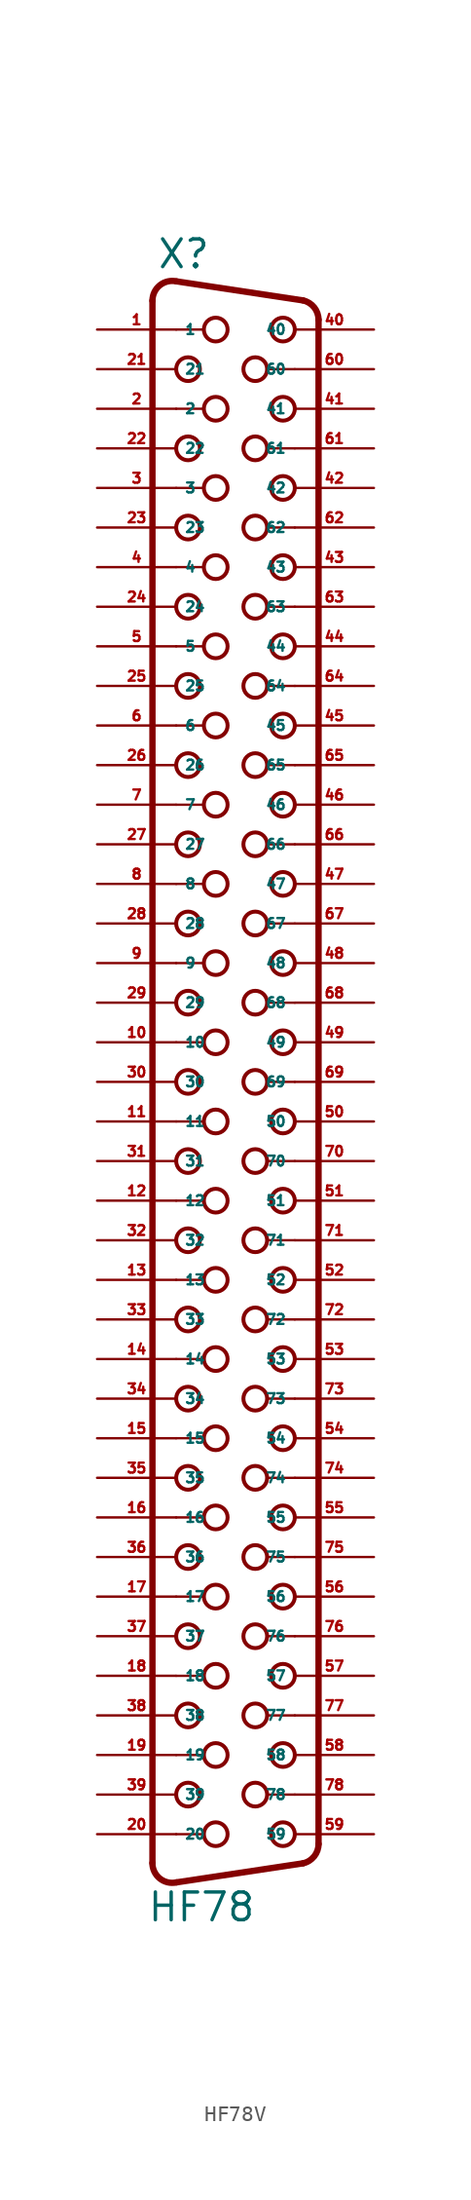
<source format=kicad_sym>
(kicad_symbol_lib
  (version 20220914)
  (generator Eagle2Kicad)
  (symbol "HF78V"
    (property "Reference" "X"
      (at -6.35 49.53 0)
      (effects (font (size 1.778 1.778) (thickness 0.22)) (justify left bottom)))
    (property "Value" "HF78"
      (at -6.985 -56.515 0)
      (effects (font (size 1.778 1.778) (thickness 0.22)) (justify left bottom)))
    (arc
      (start -5.0626 48.812)
      (mid -6.130 48.561)
      (end -6.604 47.5712)
      (stroke (width 0.4064) (type default))
      (fill (type none)))
    (polyline
      (pts (xy -5.063 48.812) (xy 3.065 47.589))
      (stroke (width 0.406) (type default))
      (fill (type none)))
    (arc
      (start 4.0642 46.3488)
      (mid 3.783 47.145)
      (end 3.0654 47.5895)
      (stroke (width 0.4064) (type default))
      (fill (type none)))
    (polyline
      (pts (xy 4.064 -51.429) (xy 4.064 46.349))
      (stroke (width 0.406) (type default))
      (fill (type none)))
    (arc
      (start 3.0654 -52.6694)
      (mid 3.783 -52.225)
      (end 4.064 -51.4288)
      (stroke (width 0.4064) (type default))
      (fill (type none)))
    (polyline
      (pts (xy -6.604 -52.651) (xy -6.604 47.571))
      (stroke (width 0.406) (type default))
      (fill (type none)))
    (polyline
      (pts (xy -5.063 -53.892) (xy 3.065 -52.669))
      (stroke (width 0.406) (type default))
      (fill (type none)))
    (arc
      (start -6.604 -52.6512)
      (mid -6.130 -53.641)
      (end -5.0626 -53.8919)
      (stroke (width 0.4064) (type default))
      (fill (type none)))
    (polyline
      (pts (xy -5.08 45.72) (xy -3.302 45.72))
      (stroke (width 0.152) (type default))
      (fill (type none)))
    (polyline
      (pts (xy -5.08 40.64) (xy -3.302 40.64))
      (stroke (width 0.152) (type default))
      (fill (type none)))
    (polyline
      (pts (xy -5.08 35.56) (xy -3.302 35.56))
      (stroke (width 0.152) (type default))
      (fill (type none)))
    (polyline
      (pts (xy -5.08 30.48) (xy -3.302 30.48))
      (stroke (width 0.152) (type default))
      (fill (type none)))
    (polyline
      (pts (xy -5.08 25.4) (xy -3.302 25.4))
      (stroke (width 0.152) (type default))
      (fill (type none)))
    (polyline
      (pts (xy -5.08 20.32) (xy -3.302 20.32))
      (stroke (width 0.152) (type default))
      (fill (type none)))
    (polyline
      (pts (xy -5.08 15.24) (xy -3.302 15.24))
      (stroke (width 0.152) (type default))
      (fill (type none)))
    (polyline
      (pts (xy -5.08 10.16) (xy -3.302 10.16))
      (stroke (width 0.152) (type default))
      (fill (type none)))
    (polyline
      (pts (xy -5.08 5.08) (xy -3.302 5.08))
      (stroke (width 0.152) (type default))
      (fill (type none)))
    (polyline
      (pts (xy -5.08 -5.08) (xy -3.302 -5.08))
      (stroke (width 0.152) (type default))
      (fill (type none)))
    (polyline
      (pts (xy -5.08 -10.16) (xy -3.302 -10.16))
      (stroke (width 0.152) (type default))
      (fill (type none)))
    (polyline
      (pts (xy -5.08 -15.24) (xy -3.302 -15.24))
      (stroke (width 0.152) (type default))
      (fill (type none)))
    (polyline
      (pts (xy -5.08 -20.32) (xy -3.302 -20.32))
      (stroke (width 0.152) (type default))
      (fill (type none)))
    (polyline
      (pts (xy -5.08 -25.4) (xy -3.302 -25.4))
      (stroke (width 0.152) (type default))
      (fill (type none)))
    (polyline
      (pts (xy -5.08 0) (xy -3.302 0))
      (stroke (width 0.152) (type default))
      (fill (type none)))
    (polyline
      (pts (xy -5.08 -35.56) (xy -3.302 -35.56))
      (stroke (width 0.152) (type default))
      (fill (type none)))
    (polyline
      (pts (xy -5.08 -40.64) (xy -3.302 -40.64))
      (stroke (width 0.152) (type default))
      (fill (type none)))
    (polyline
      (pts (xy -5.08 -45.72) (xy -3.302 -45.72))
      (stroke (width 0.152) (type default))
      (fill (type none)))
    (polyline
      (pts (xy -5.08 -50.8) (xy -3.302 -50.8))
      (stroke (width 0.152) (type default))
      (fill (type none)))
    (polyline
      (pts (xy -5.08 -30.48) (xy -3.302 -30.48))
      (stroke (width 0.152) (type default))
      (fill (type none)))
    (polyline
      (pts (xy 2.54 43.18) (xy 0.762 43.18))
      (stroke (width 0.152) (type default))
      (fill (type none)))
    (polyline
      (pts (xy 2.54 38.1) (xy 0.762 38.1))
      (stroke (width 0.152) (type default))
      (fill (type none)))
    (polyline
      (pts (xy 2.54 33.02) (xy 0.762 33.02))
      (stroke (width 0.152) (type default))
      (fill (type none)))
    (polyline
      (pts (xy 2.54 27.94) (xy 0.762 27.94))
      (stroke (width 0.152) (type default))
      (fill (type none)))
    (polyline
      (pts (xy 2.54 22.86) (xy 0.762 22.86))
      (stroke (width 0.152) (type default))
      (fill (type none)))
    (polyline
      (pts (xy 2.54 17.78) (xy 0.762 17.78))
      (stroke (width 0.152) (type default))
      (fill (type none)))
    (polyline
      (pts (xy 2.54 12.7) (xy 0.762 12.7))
      (stroke (width 0.152) (type default))
      (fill (type none)))
    (polyline
      (pts (xy 2.54 7.62) (xy 0.762 7.62))
      (stroke (width 0.152) (type default))
      (fill (type none)))
    (polyline
      (pts (xy 2.54 -2.54) (xy 0.762 -2.54))
      (stroke (width 0.152) (type default))
      (fill (type none)))
    (polyline
      (pts (xy 2.54 -7.62) (xy 0.762 -7.62))
      (stroke (width 0.152) (type default))
      (fill (type none)))
    (polyline
      (pts (xy 2.54 -12.7) (xy 0.762 -12.7))
      (stroke (width 0.152) (type default))
      (fill (type none)))
    (polyline
      (pts (xy 2.54 -17.78) (xy 0.762 -17.78))
      (stroke (width 0.152) (type default))
      (fill (type none)))
    (polyline
      (pts (xy 2.54 -22.86) (xy 0.762 -22.86))
      (stroke (width 0.152) (type default))
      (fill (type none)))
    (polyline
      (pts (xy 2.54 2.54) (xy 0.762 2.54))
      (stroke (width 0.152) (type default))
      (fill (type none)))
    (polyline
      (pts (xy 2.54 -33.02) (xy 0.762 -33.02))
      (stroke (width 0.152) (type default))
      (fill (type none)))
    (polyline
      (pts (xy 2.54 -38.1) (xy 0.762 -38.1))
      (stroke (width 0.152) (type default))
      (fill (type none)))
    (polyline
      (pts (xy 2.54 -43.18) (xy 0.762 -43.18))
      (stroke (width 0.152) (type default))
      (fill (type none)))
    (polyline
      (pts (xy 2.54 -48.26) (xy 0.762 -48.26))
      (stroke (width 0.152) (type default))
      (fill (type none)))
    (polyline
      (pts (xy 2.54 -27.94) (xy 0.762 -27.94))
      (stroke (width 0.152) (type default))
      (fill (type none)))
    (circle
      (center -2.54 45.72)
      (radius 0.762)
      (stroke (width 0.254) (type default))
      (fill (type none)))
    (circle
      (center -4.318 43.18)
      (radius 0.762)
      (stroke (width 0.254) (type default))
      (fill (type none)))
    (circle
      (center -4.318 38.1)
      (radius 0.762)
      (stroke (width 0.254) (type default))
      (fill (type none)))
    (circle
      (center -4.318 33.02)
      (radius 0.762)
      (stroke (width 0.254) (type default))
      (fill (type none)))
    (circle
      (center -4.318 27.94)
      (radius 0.762)
      (stroke (width 0.254) (type default))
      (fill (type none)))
    (circle
      (center -4.318 22.86)
      (radius 0.762)
      (stroke (width 0.254) (type default))
      (fill (type none)))
    (circle
      (center -2.54 40.64)
      (radius 0.762)
      (stroke (width 0.254) (type default))
      (fill (type none)))
    (circle
      (center -2.54 35.56)
      (radius 0.762)
      (stroke (width 0.254) (type default))
      (fill (type none)))
    (circle
      (center -2.54 30.48)
      (radius 0.762)
      (stroke (width 0.254) (type default))
      (fill (type none)))
    (circle
      (center -2.54 25.4)
      (radius 0.762)
      (stroke (width 0.254) (type default))
      (fill (type none)))
    (circle
      (center -2.54 20.32)
      (radius 0.762)
      (stroke (width 0.254) (type default))
      (fill (type none)))
    (circle
      (center -4.318 17.78)
      (radius 0.762)
      (stroke (width 0.254) (type default))
      (fill (type none)))
    (circle
      (center -4.318 12.7)
      (radius 0.762)
      (stroke (width 0.254) (type default))
      (fill (type none)))
    (circle
      (center -4.318 7.62)
      (radius 0.762)
      (stroke (width 0.254) (type default))
      (fill (type none)))
    (circle
      (center -4.318 2.54)
      (radius 0.762)
      (stroke (width 0.254) (type default))
      (fill (type none)))
    (circle
      (center -2.54 15.24)
      (radius 0.762)
      (stroke (width 0.254) (type default))
      (fill (type none)))
    (circle
      (center -2.54 10.16)
      (radius 0.762)
      (stroke (width 0.254) (type default))
      (fill (type none)))
    (circle
      (center -2.54 5.08)
      (radius 0.762)
      (stroke (width 0.254) (type default))
      (fill (type none)))
    (circle
      (center -4.318 -2.54)
      (radius 0.762)
      (stroke (width 0.254) (type default))
      (fill (type none)))
    (circle
      (center -4.318 -7.62)
      (radius 0.762)
      (stroke (width 0.254) (type default))
      (fill (type none)))
    (circle
      (center -4.318 -12.7)
      (radius 0.762)
      (stroke (width 0.254) (type default))
      (fill (type none)))
    (circle
      (center -4.318 -17.78)
      (radius 0.762)
      (stroke (width 0.254) (type default))
      (fill (type none)))
    (circle
      (center -2.54 -5.08)
      (radius 0.762)
      (stroke (width 0.254) (type default))
      (fill (type none)))
    (circle
      (center -2.54 -10.16)
      (radius 0.762)
      (stroke (width 0.254) (type default))
      (fill (type none)))
    (circle
      (center -2.54 -15.24)
      (radius 0.762)
      (stroke (width 0.254) (type default))
      (fill (type none)))
    (circle
      (center -2.54 -20.32)
      (radius 0.762)
      (stroke (width 0.254) (type default))
      (fill (type none)))
    (circle
      (center -4.318 -22.86)
      (radius 0.762)
      (stroke (width 0.254) (type default))
      (fill (type none)))
    (circle
      (center -4.318 -27.94)
      (radius 0.762)
      (stroke (width 0.254) (type default))
      (fill (type none)))
    (circle
      (center -2.54 -25.4)
      (radius 0.762)
      (stroke (width 0.254) (type default))
      (fill (type none)))
    (circle
      (center -2.54 0)
      (radius 0.762)
      (stroke (width 0.254) (type default))
      (fill (type none)))
    (circle
      (center -4.318 -33.02)
      (radius 0.762)
      (stroke (width 0.254) (type default))
      (fill (type none)))
    (circle
      (center -4.318 -38.1)
      (radius 0.762)
      (stroke (width 0.254) (type default))
      (fill (type none)))
    (circle
      (center -4.318 -43.18)
      (radius 0.762)
      (stroke (width 0.254) (type default))
      (fill (type none)))
    (circle
      (center -4.318 -48.26)
      (radius 0.762)
      (stroke (width 0.254) (type default))
      (fill (type none)))
    (circle
      (center -2.54 -35.56)
      (radius 0.762)
      (stroke (width 0.254) (type default))
      (fill (type none)))
    (circle
      (center -2.54 -40.64)
      (radius 0.762)
      (stroke (width 0.254) (type default))
      (fill (type none)))
    (circle
      (center -2.54 -45.72)
      (radius 0.762)
      (stroke (width 0.254) (type default))
      (fill (type none)))
    (circle
      (center -2.54 -50.8)
      (radius 0.762)
      (stroke (width 0.254) (type default))
      (fill (type none)))
    (circle
      (center -2.54 -30.48)
      (radius 0.762)
      (stroke (width 0.254) (type default))
      (fill (type none)))
    (circle
      (center 1.778 45.72)
      (radius 0.762)
      (stroke (width 0.254) (type default))
      (fill (type none)))
    (circle
      (center 1.778 40.64)
      (radius 0.762)
      (stroke (width 0.254) (type default))
      (fill (type none)))
    (circle
      (center 1.778 35.56)
      (radius 0.762)
      (stroke (width 0.254) (type default))
      (fill (type none)))
    (circle
      (center 1.778 30.48)
      (radius 0.762)
      (stroke (width 0.254) (type default))
      (fill (type none)))
    (circle
      (center 1.778 25.4)
      (radius 0.762)
      (stroke (width 0.254) (type default))
      (fill (type none)))
    (circle
      (center 0 43.18)
      (radius 0.762)
      (stroke (width 0.254) (type default))
      (fill (type none)))
    (circle
      (center 0 38.1)
      (radius 0.762)
      (stroke (width 0.254) (type default))
      (fill (type none)))
    (circle
      (center 0 33.02)
      (radius 0.762)
      (stroke (width 0.254) (type default))
      (fill (type none)))
    (circle
      (center 0 27.94)
      (radius 0.762)
      (stroke (width 0.254) (type default))
      (fill (type none)))
    (circle
      (center 0 22.86)
      (radius 0.762)
      (stroke (width 0.254) (type default))
      (fill (type none)))
    (circle
      (center 1.778 20.32)
      (radius 0.762)
      (stroke (width 0.254) (type default))
      (fill (type none)))
    (circle
      (center 1.778 15.24)
      (radius 0.762)
      (stroke (width 0.254) (type default))
      (fill (type none)))
    (circle
      (center 1.778 10.16)
      (radius 0.762)
      (stroke (width 0.254) (type default))
      (fill (type none)))
    (circle
      (center 1.778 5.08)
      (radius 0.762)
      (stroke (width 0.254) (type default))
      (fill (type none)))
    (circle
      (center 0 17.78)
      (radius 0.762)
      (stroke (width 0.254) (type default))
      (fill (type none)))
    (circle
      (center 0 12.7)
      (radius 0.762)
      (stroke (width 0.254) (type default))
      (fill (type none)))
    (circle
      (center 0 7.62)
      (radius 0.762)
      (stroke (width 0.254) (type default))
      (fill (type none)))
    (circle
      (center 1.778 0)
      (radius 0.762)
      (stroke (width 0.254) (type default))
      (fill (type none)))
    (circle
      (center 1.778 -5.08)
      (radius 0.762)
      (stroke (width 0.254) (type default))
      (fill (type none)))
    (circle
      (center 1.778 -10.16)
      (radius 0.762)
      (stroke (width 0.254) (type default))
      (fill (type none)))
    (circle
      (center 1.778 -15.24)
      (radius 0.762)
      (stroke (width 0.254) (type default))
      (fill (type none)))
    (circle
      (center 0 -2.54)
      (radius 0.762)
      (stroke (width 0.254) (type default))
      (fill (type none)))
    (circle
      (center 0 -7.62)
      (radius 0.762)
      (stroke (width 0.254) (type default))
      (fill (type none)))
    (circle
      (center 0 -12.7)
      (radius 0.762)
      (stroke (width 0.254) (type default))
      (fill (type none)))
    (circle
      (center 0 -17.78)
      (radius 0.762)
      (stroke (width 0.254) (type default))
      (fill (type none)))
    (circle
      (center 1.778 -20.32)
      (radius 0.762)
      (stroke (width 0.254) (type default))
      (fill (type none)))
    (circle
      (center 1.778 -25.4)
      (radius 0.762)
      (stroke (width 0.254) (type default))
      (fill (type none)))
    (circle
      (center 0 -22.86)
      (radius 0.762)
      (stroke (width 0.254) (type default))
      (fill (type none)))
    (circle
      (center 0 2.54)
      (radius 0.762)
      (stroke (width 0.254) (type default))
      (fill (type none)))
    (circle
      (center 1.778 -30.48)
      (radius 0.762)
      (stroke (width 0.254) (type default))
      (fill (type none)))
    (circle
      (center 1.778 -35.56)
      (radius 0.762)
      (stroke (width 0.254) (type default))
      (fill (type none)))
    (circle
      (center 1.778 -40.64)
      (radius 0.762)
      (stroke (width 0.254) (type default))
      (fill (type none)))
    (circle
      (center 1.778 -45.72)
      (radius 0.762)
      (stroke (width 0.254) (type default))
      (fill (type none)))
    (circle
      (center 0 -33.02)
      (radius 0.762)
      (stroke (width 0.254) (type default))
      (fill (type none)))
    (circle
      (center 0 -38.1)
      (radius 0.762)
      (stroke (width 0.254) (type default))
      (fill (type none)))
    (circle
      (center 0 -43.18)
      (radius 0.762)
      (stroke (width 0.254) (type default))
      (fill (type none)))
    (circle
      (center 0 -48.26)
      (radius 0.762)
      (stroke (width 0.254) (type default))
      (fill (type none)))
    (circle
      (center 1.778 -50.8)
      (radius 0.762)
      (stroke (width 0.254) (type default))
      (fill (type none)))
    (circle
      (center 0 -27.94)
      (radius 0.762)
      (stroke (width 0.254) (type default))
      (fill (type none)))
    (pin passive line
      (at -10.16 45.72 0)
      (length 5.08)
      (name "1" (effects (font (size 0.635 0.635) (thickness 0.08)) (justify left bottom)))
      (number "1" (effects (font (size 0.635 0.635) (thickness 0.08)) (justify left bottom))))
    (pin passive line
      (at -10.16 40.64 0)
      (length 5.08)
      (name "2" (effects (font (size 0.635 0.635) (thickness 0.08)) (justify left bottom)))
      (number "2" (effects (font (size 0.635 0.635) (thickness 0.08)) (justify left bottom))))
    (pin passive line
      (at -10.16 35.56 0)
      (length 5.08)
      (name "3" (effects (font (size 0.635 0.635) (thickness 0.08)) (justify left bottom)))
      (number "3" (effects (font (size 0.635 0.635) (thickness 0.08)) (justify left bottom))))
    (pin passive line
      (at -10.16 30.48 0)
      (length 5.08)
      (name "4" (effects (font (size 0.635 0.635) (thickness 0.08)) (justify left bottom)))
      (number "4" (effects (font (size 0.635 0.635) (thickness 0.08)) (justify left bottom))))
    (pin passive line
      (at -10.16 25.4 0)
      (length 5.08)
      (name "5" (effects (font (size 0.635 0.635) (thickness 0.08)) (justify left bottom)))
      (number "5" (effects (font (size 0.635 0.635) (thickness 0.08)) (justify left bottom))))
    (pin passive line
      (at -10.16 20.32 0)
      (length 5.08)
      (name "6" (effects (font (size 0.635 0.635) (thickness 0.08)) (justify left bottom)))
      (number "6" (effects (font (size 0.635 0.635) (thickness 0.08)) (justify left bottom))))
    (pin passive line
      (at -10.16 15.24 0)
      (length 5.08)
      (name "7" (effects (font (size 0.635 0.635) (thickness 0.08)) (justify left bottom)))
      (number "7" (effects (font (size 0.635 0.635) (thickness 0.08)) (justify left bottom))))
    (pin passive line
      (at -10.16 10.16 0)
      (length 5.08)
      (name "8" (effects (font (size 0.635 0.635) (thickness 0.08)) (justify left bottom)))
      (number "8" (effects (font (size 0.635 0.635) (thickness 0.08)) (justify left bottom))))
    (pin passive line
      (at -10.16 5.08 0)
      (length 5.08)
      (name "9" (effects (font (size 0.635 0.635) (thickness 0.08)) (justify left bottom)))
      (number "9" (effects (font (size 0.635 0.635) (thickness 0.08)) (justify left bottom))))
    (pin passive line
      (at -10.16 0 0)
      (length 5.08)
      (name "10" (effects (font (size 0.635 0.635) (thickness 0.08)) (justify left bottom)))
      (number "10" (effects (font (size 0.635 0.635) (thickness 0.08)) (justify left bottom))))
    (pin passive line
      (at -10.16 -5.08 0)
      (length 5.08)
      (name "11" (effects (font (size 0.635 0.635) (thickness 0.08)) (justify left bottom)))
      (number "11" (effects (font (size 0.635 0.635) (thickness 0.08)) (justify left bottom))))
    (pin passive line
      (at -10.16 -10.16 0)
      (length 5.08)
      (name "12" (effects (font (size 0.635 0.635) (thickness 0.08)) (justify left bottom)))
      (number "12" (effects (font (size 0.635 0.635) (thickness 0.08)) (justify left bottom))))
    (pin passive line
      (at -10.16 -15.24 0)
      (length 5.08)
      (name "13" (effects (font (size 0.635 0.635) (thickness 0.08)) (justify left bottom)))
      (number "13" (effects (font (size 0.635 0.635) (thickness 0.08)) (justify left bottom))))
    (pin passive line
      (at -10.16 -20.32 0)
      (length 5.08)
      (name "14" (effects (font (size 0.635 0.635) (thickness 0.08)) (justify left bottom)))
      (number "14" (effects (font (size 0.635 0.635) (thickness 0.08)) (justify left bottom))))
    (pin passive line
      (at -10.16 -25.4 0)
      (length 5.08)
      (name "15" (effects (font (size 0.635 0.635) (thickness 0.08)) (justify left bottom)))
      (number "15" (effects (font (size 0.635 0.635) (thickness 0.08)) (justify left bottom))))
    (pin passive line
      (at -10.16 -30.48 0)
      (length 5.08)
      (name "16" (effects (font (size 0.635 0.635) (thickness 0.08)) (justify left bottom)))
      (number "16" (effects (font (size 0.635 0.635) (thickness 0.08)) (justify left bottom))))
    (pin passive line
      (at -10.16 -35.56 0)
      (length 5.08)
      (name "17" (effects (font (size 0.635 0.635) (thickness 0.08)) (justify left bottom)))
      (number "17" (effects (font (size 0.635 0.635) (thickness 0.08)) (justify left bottom))))
    (pin passive line
      (at -10.16 -40.64 0)
      (length 5.08)
      (name "18" (effects (font (size 0.635 0.635) (thickness 0.08)) (justify left bottom)))
      (number "18" (effects (font (size 0.635 0.635) (thickness 0.08)) (justify left bottom))))
    (pin passive line
      (at -10.16 -45.72 0)
      (length 5.08)
      (name "19" (effects (font (size 0.635 0.635) (thickness 0.08)) (justify left bottom)))
      (number "19" (effects (font (size 0.635 0.635) (thickness 0.08)) (justify left bottom))))
    (pin passive line
      (at -10.16 -50.8 0)
      (length 5.08)
      (name "20" (effects (font (size 0.635 0.635) (thickness 0.08)) (justify left bottom)))
      (number "20" (effects (font (size 0.635 0.635) (thickness 0.08)) (justify left bottom))))
    (pin passive line
      (at -10.16 43.18 0)
      (length 5.08)
      (name "21" (effects (font (size 0.635 0.635) (thickness 0.08)) (justify left bottom)))
      (number "21" (effects (font (size 0.635 0.635) (thickness 0.08)) (justify left bottom))))
    (pin passive line
      (at -10.16 38.1 0)
      (length 5.08)
      (name "22" (effects (font (size 0.635 0.635) (thickness 0.08)) (justify left bottom)))
      (number "22" (effects (font (size 0.635 0.635) (thickness 0.08)) (justify left bottom))))
    (pin passive line
      (at -10.16 33.02 0)
      (length 5.08)
      (name "23" (effects (font (size 0.635 0.635) (thickness 0.08)) (justify left bottom)))
      (number "23" (effects (font (size 0.635 0.635) (thickness 0.08)) (justify left bottom))))
    (pin passive line
      (at -10.16 27.94 0)
      (length 5.08)
      (name "24" (effects (font (size 0.635 0.635) (thickness 0.08)) (justify left bottom)))
      (number "24" (effects (font (size 0.635 0.635) (thickness 0.08)) (justify left bottom))))
    (pin passive line
      (at -10.16 22.86 0)
      (length 5.08)
      (name "25" (effects (font (size 0.635 0.635) (thickness 0.08)) (justify left bottom)))
      (number "25" (effects (font (size 0.635 0.635) (thickness 0.08)) (justify left bottom))))
    (pin passive line
      (at -10.16 17.78 0)
      (length 5.08)
      (name "26" (effects (font (size 0.635 0.635) (thickness 0.08)) (justify left bottom)))
      (number "26" (effects (font (size 0.635 0.635) (thickness 0.08)) (justify left bottom))))
    (pin passive line
      (at -10.16 12.7 0)
      (length 5.08)
      (name "27" (effects (font (size 0.635 0.635) (thickness 0.08)) (justify left bottom)))
      (number "27" (effects (font (size 0.635 0.635) (thickness 0.08)) (justify left bottom))))
    (pin passive line
      (at -10.16 7.62 0)
      (length 5.08)
      (name "28" (effects (font (size 0.635 0.635) (thickness 0.08)) (justify left bottom)))
      (number "28" (effects (font (size 0.635 0.635) (thickness 0.08)) (justify left bottom))))
    (pin passive line
      (at -10.16 2.54 0)
      (length 5.08)
      (name "29" (effects (font (size 0.635 0.635) (thickness 0.08)) (justify left bottom)))
      (number "29" (effects (font (size 0.635 0.635) (thickness 0.08)) (justify left bottom))))
    (pin passive line
      (at -10.16 -2.54 0)
      (length 5.08)
      (name "30" (effects (font (size 0.635 0.635) (thickness 0.08)) (justify left bottom)))
      (number "30" (effects (font (size 0.635 0.635) (thickness 0.08)) (justify left bottom))))
    (pin passive line
      (at -10.16 -7.62 0)
      (length 5.08)
      (name "31" (effects (font (size 0.635 0.635) (thickness 0.08)) (justify left bottom)))
      (number "31" (effects (font (size 0.635 0.635) (thickness 0.08)) (justify left bottom))))
    (pin passive line
      (at -10.16 -12.7 0)
      (length 5.08)
      (name "32" (effects (font (size 0.635 0.635) (thickness 0.08)) (justify left bottom)))
      (number "32" (effects (font (size 0.635 0.635) (thickness 0.08)) (justify left bottom))))
    (pin passive line
      (at -10.16 -17.78 0)
      (length 5.08)
      (name "33" (effects (font (size 0.635 0.635) (thickness 0.08)) (justify left bottom)))
      (number "33" (effects (font (size 0.635 0.635) (thickness 0.08)) (justify left bottom))))
    (pin passive line
      (at -10.16 -22.86 0)
      (length 5.08)
      (name "34" (effects (font (size 0.635 0.635) (thickness 0.08)) (justify left bottom)))
      (number "34" (effects (font (size 0.635 0.635) (thickness 0.08)) (justify left bottom))))
    (pin passive line
      (at -10.16 -27.94 0)
      (length 5.08)
      (name "35" (effects (font (size 0.635 0.635) (thickness 0.08)) (justify left bottom)))
      (number "35" (effects (font (size 0.635 0.635) (thickness 0.08)) (justify left bottom))))
    (pin passive line
      (at -10.16 -33.02 0)
      (length 5.08)
      (name "36" (effects (font (size 0.635 0.635) (thickness 0.08)) (justify left bottom)))
      (number "36" (effects (font (size 0.635 0.635) (thickness 0.08)) (justify left bottom))))
    (pin passive line
      (at -10.16 -38.1 0)
      (length 5.08)
      (name "37" (effects (font (size 0.635 0.635) (thickness 0.08)) (justify left bottom)))
      (number "37" (effects (font (size 0.635 0.635) (thickness 0.08)) (justify left bottom))))
    (pin passive line
      (at -10.16 -43.18 0)
      (length 5.08)
      (name "38" (effects (font (size 0.635 0.635) (thickness 0.08)) (justify left bottom)))
      (number "38" (effects (font (size 0.635 0.635) (thickness 0.08)) (justify left bottom))))
    (pin passive line
      (at -10.16 -48.26 0)
      (length 5.08)
      (name "39" (effects (font (size 0.635 0.635) (thickness 0.08)) (justify left bottom)))
      (number "39" (effects (font (size 0.635 0.635) (thickness 0.08)) (justify left bottom))))
    (pin passive line
      (at 7.62 45.72 180)
      (length 5.08)
      (name "40" (effects (font (size 0.635 0.635) (thickness 0.08)) (justify left bottom)))
      (number "40" (effects (font (size 0.635 0.635) (thickness 0.08)) (justify left bottom))))
    (pin passive line
      (at 7.62 40.64 180)
      (length 5.08)
      (name "41" (effects (font (size 0.635 0.635) (thickness 0.08)) (justify left bottom)))
      (number "41" (effects (font (size 0.635 0.635) (thickness 0.08)) (justify left bottom))))
    (pin passive line
      (at 7.62 35.56 180)
      (length 5.08)
      (name "42" (effects (font (size 0.635 0.635) (thickness 0.08)) (justify left bottom)))
      (number "42" (effects (font (size 0.635 0.635) (thickness 0.08)) (justify left bottom))))
    (pin passive line
      (at 7.62 30.48 180)
      (length 5.08)
      (name "43" (effects (font (size 0.635 0.635) (thickness 0.08)) (justify left bottom)))
      (number "43" (effects (font (size 0.635 0.635) (thickness 0.08)) (justify left bottom))))
    (pin passive line
      (at 7.62 25.4 180)
      (length 5.08)
      (name "44" (effects (font (size 0.635 0.635) (thickness 0.08)) (justify left bottom)))
      (number "44" (effects (font (size 0.635 0.635) (thickness 0.08)) (justify left bottom))))
    (pin passive line
      (at 7.62 20.32 180)
      (length 5.08)
      (name "45" (effects (font (size 0.635 0.635) (thickness 0.08)) (justify left bottom)))
      (number "45" (effects (font (size 0.635 0.635) (thickness 0.08)) (justify left bottom))))
    (pin passive line
      (at 7.62 15.24 180)
      (length 5.08)
      (name "46" (effects (font (size 0.635 0.635) (thickness 0.08)) (justify left bottom)))
      (number "46" (effects (font (size 0.635 0.635) (thickness 0.08)) (justify left bottom))))
    (pin passive line
      (at 7.62 10.16 180)
      (length 5.08)
      (name "47" (effects (font (size 0.635 0.635) (thickness 0.08)) (justify left bottom)))
      (number "47" (effects (font (size 0.635 0.635) (thickness 0.08)) (justify left bottom))))
    (pin passive line
      (at 7.62 5.08 180)
      (length 5.08)
      (name "48" (effects (font (size 0.635 0.635) (thickness 0.08)) (justify left bottom)))
      (number "48" (effects (font (size 0.635 0.635) (thickness 0.08)) (justify left bottom))))
    (pin passive line
      (at 7.62 0 180)
      (length 5.08)
      (name "49" (effects (font (size 0.635 0.635) (thickness 0.08)) (justify left bottom)))
      (number "49" (effects (font (size 0.635 0.635) (thickness 0.08)) (justify left bottom))))
    (pin passive line
      (at 7.62 -5.08 180)
      (length 5.08)
      (name "50" (effects (font (size 0.635 0.635) (thickness 0.08)) (justify left bottom)))
      (number "50" (effects (font (size 0.635 0.635) (thickness 0.08)) (justify left bottom))))
    (pin passive line
      (at 7.62 -10.16 180)
      (length 5.08)
      (name "51" (effects (font (size 0.635 0.635) (thickness 0.08)) (justify left bottom)))
      (number "51" (effects (font (size 0.635 0.635) (thickness 0.08)) (justify left bottom))))
    (pin passive line
      (at 7.62 -15.24 180)
      (length 5.08)
      (name "52" (effects (font (size 0.635 0.635) (thickness 0.08)) (justify left bottom)))
      (number "52" (effects (font (size 0.635 0.635) (thickness 0.08)) (justify left bottom))))
    (pin passive line
      (at 7.62 -20.32 180)
      (length 5.08)
      (name "53" (effects (font (size 0.635 0.635) (thickness 0.08)) (justify left bottom)))
      (number "53" (effects (font (size 0.635 0.635) (thickness 0.08)) (justify left bottom))))
    (pin passive line
      (at 7.62 -25.4 180)
      (length 5.08)
      (name "54" (effects (font (size 0.635 0.635) (thickness 0.08)) (justify left bottom)))
      (number "54" (effects (font (size 0.635 0.635) (thickness 0.08)) (justify left bottom))))
    (pin passive line
      (at 7.62 -30.48 180)
      (length 5.08)
      (name "55" (effects (font (size 0.635 0.635) (thickness 0.08)) (justify left bottom)))
      (number "55" (effects (font (size 0.635 0.635) (thickness 0.08)) (justify left bottom))))
    (pin passive line
      (at 7.62 -35.56 180)
      (length 5.08)
      (name "56" (effects (font (size 0.635 0.635) (thickness 0.08)) (justify left bottom)))
      (number "56" (effects (font (size 0.635 0.635) (thickness 0.08)) (justify left bottom))))
    (pin passive line
      (at 7.62 -40.64 180)
      (length 5.08)
      (name "57" (effects (font (size 0.635 0.635) (thickness 0.08)) (justify left bottom)))
      (number "57" (effects (font (size 0.635 0.635) (thickness 0.08)) (justify left bottom))))
    (pin passive line
      (at 7.62 -45.72 180)
      (length 5.08)
      (name "58" (effects (font (size 0.635 0.635) (thickness 0.08)) (justify left bottom)))
      (number "58" (effects (font (size 0.635 0.635) (thickness 0.08)) (justify left bottom))))
    (pin passive line
      (at 7.62 -50.8 180)
      (length 5.08)
      (name "59" (effects (font (size 0.635 0.635) (thickness 0.08)) (justify left bottom)))
      (number "59" (effects (font (size 0.635 0.635) (thickness 0.08)) (justify left bottom))))
    (pin passive line
      (at 7.62 43.18 180)
      (length 5.08)
      (name "60" (effects (font (size 0.635 0.635) (thickness 0.08)) (justify left bottom)))
      (number "60" (effects (font (size 0.635 0.635) (thickness 0.08)) (justify left bottom))))
    (pin passive line
      (at 7.62 38.1 180)
      (length 5.08)
      (name "61" (effects (font (size 0.635 0.635) (thickness 0.08)) (justify left bottom)))
      (number "61" (effects (font (size 0.635 0.635) (thickness 0.08)) (justify left bottom))))
    (pin passive line
      (at 7.62 33.02 180)
      (length 5.08)
      (name "62" (effects (font (size 0.635 0.635) (thickness 0.08)) (justify left bottom)))
      (number "62" (effects (font (size 0.635 0.635) (thickness 0.08)) (justify left bottom))))
    (pin passive line
      (at 7.62 27.94 180)
      (length 5.08)
      (name "63" (effects (font (size 0.635 0.635) (thickness 0.08)) (justify left bottom)))
      (number "63" (effects (font (size 0.635 0.635) (thickness 0.08)) (justify left bottom))))
    (pin passive line
      (at 7.62 22.86 180)
      (length 5.08)
      (name "64" (effects (font (size 0.635 0.635) (thickness 0.08)) (justify left bottom)))
      (number "64" (effects (font (size 0.635 0.635) (thickness 0.08)) (justify left bottom))))
    (pin passive line
      (at 7.62 17.78 180)
      (length 5.08)
      (name "65" (effects (font (size 0.635 0.635) (thickness 0.08)) (justify left bottom)))
      (number "65" (effects (font (size 0.635 0.635) (thickness 0.08)) (justify left bottom))))
    (pin passive line
      (at 7.62 12.7 180)
      (length 5.08)
      (name "66" (effects (font (size 0.635 0.635) (thickness 0.08)) (justify left bottom)))
      (number "66" (effects (font (size 0.635 0.635) (thickness 0.08)) (justify left bottom))))
    (pin passive line
      (at 7.62 7.62 180)
      (length 5.08)
      (name "67" (effects (font (size 0.635 0.635) (thickness 0.08)) (justify left bottom)))
      (number "67" (effects (font (size 0.635 0.635) (thickness 0.08)) (justify left bottom))))
    (pin passive line
      (at 7.62 2.54 180)
      (length 5.08)
      (name "68" (effects (font (size 0.635 0.635) (thickness 0.08)) (justify left bottom)))
      (number "68" (effects (font (size 0.635 0.635) (thickness 0.08)) (justify left bottom))))
    (pin passive line
      (at 7.62 -2.54 180)
      (length 5.08)
      (name "69" (effects (font (size 0.635 0.635) (thickness 0.08)) (justify left bottom)))
      (number "69" (effects (font (size 0.635 0.635) (thickness 0.08)) (justify left bottom))))
    (pin passive line
      (at 7.62 -7.62 180)
      (length 5.08)
      (name "70" (effects (font (size 0.635 0.635) (thickness 0.08)) (justify left bottom)))
      (number "70" (effects (font (size 0.635 0.635) (thickness 0.08)) (justify left bottom))))
    (pin passive line
      (at 7.62 -12.7 180)
      (length 5.08)
      (name "71" (effects (font (size 0.635 0.635) (thickness 0.08)) (justify left bottom)))
      (number "71" (effects (font (size 0.635 0.635) (thickness 0.08)) (justify left bottom))))
    (pin passive line
      (at 7.62 -17.78 180)
      (length 5.08)
      (name "72" (effects (font (size 0.635 0.635) (thickness 0.08)) (justify left bottom)))
      (number "72" (effects (font (size 0.635 0.635) (thickness 0.08)) (justify left bottom))))
    (pin passive line
      (at 7.62 -22.86 180)
      (length 5.08)
      (name "73" (effects (font (size 0.635 0.635) (thickness 0.08)) (justify left bottom)))
      (number "73" (effects (font (size 0.635 0.635) (thickness 0.08)) (justify left bottom))))
    (pin passive line
      (at 7.62 -27.94 180)
      (length 5.08)
      (name "74" (effects (font (size 0.635 0.635) (thickness 0.08)) (justify left bottom)))
      (number "74" (effects (font (size 0.635 0.635) (thickness 0.08)) (justify left bottom))))
    (pin passive line
      (at 7.62 -33.02 180)
      (length 5.08)
      (name "75" (effects (font (size 0.635 0.635) (thickness 0.08)) (justify left bottom)))
      (number "75" (effects (font (size 0.635 0.635) (thickness 0.08)) (justify left bottom))))
    (pin passive line
      (at 7.62 -38.1 180)
      (length 5.08)
      (name "76" (effects (font (size 0.635 0.635) (thickness 0.08)) (justify left bottom)))
      (number "76" (effects (font (size 0.635 0.635) (thickness 0.08)) (justify left bottom))))
    (pin passive line
      (at 7.62 -43.18 180)
      (length 5.08)
      (name "77" (effects (font (size 0.635 0.635) (thickness 0.08)) (justify left bottom)))
      (number "77" (effects (font (size 0.635 0.635) (thickness 0.08)) (justify left bottom))))
    (pin passive line
      (at 7.62 -48.26 180)
      (length 5.08)
      (name "78" (effects (font (size 0.635 0.635) (thickness 0.08)) (justify left bottom)))
      (number "78" (effects (font (size 0.635 0.635) (thickness 0.08)) (justify left bottom))))))
</source>
